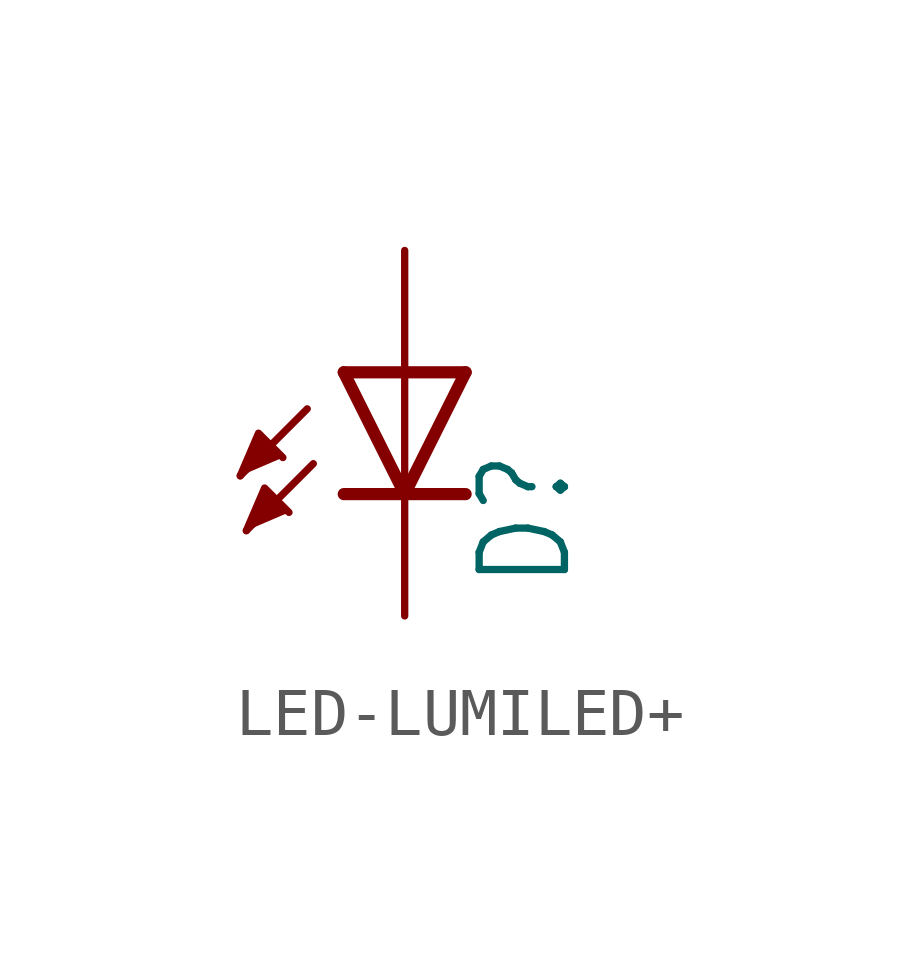
<source format=kicad_sym>
(kicad_symbol_lib
  (version 20220914)
  (generator kicad_symbol_editor)
  (symbol "LED-LUMILED+"
    (property "Reference" "D"
      (at 3.556 -4.572 90)
      (effects (font (size 1.778 1.511)) (justify left bottom)))
    (property "Value" ""
      (at 5.715 -4.572 90)
      (effects (font (size 1.778 1.511)) (justify left bottom)))
    (property "ki_locked" ""
      (at 0 0 0)
      (effects (font (size 1.27 1.27))))
    (symbol "LED-LUMILED+_1_0"
      (polyline (pts (xy -2.032 -0.762) (xy -3.429 -2.159)) (stroke (width 0.152) (type solid)) (fill (type none)))
      (polyline (pts (xy -1.905 -1.905) (xy -3.302 -3.302)) (stroke (width 0.152) (type solid)) (fill (type none)))
      (polyline (pts (xy 0 -2.54) (xy -1.27 -2.54)) (stroke (width 0.254) (type solid)) (fill (type none)))
      (polyline (pts (xy 0 -2.54) (xy -1.27 0)) (stroke (width 0.254) (type solid)) (fill (type none)))
      (polyline (pts (xy 0 0) (xy -1.27 0)) (stroke (width 0.254) (type solid)) (fill (type none)))
      (polyline (pts (xy 0 0) (xy 0 -2.54)) (stroke (width 0.152) (type solid)) (fill (type none)))
      (polyline (pts (xy 1.27 -2.54) (xy 0 -2.54)) (stroke (width 0.254) (type solid)) (fill (type none)))
      (polyline (pts (xy 1.27 0) (xy 0 -2.54)) (stroke (width 0.254) (type solid)) (fill (type none)))
      (polyline (pts (xy 1.27 0) (xy 0 0)) (stroke (width 0.254) (type solid)) (fill (type none)))
      (polyline (pts (xy -3.429 -2.159) (xy -3.048 -1.27) (xy -2.54 -1.778)) (stroke (width 0.152) (type solid)) (fill (type outline)))
      (polyline (pts (xy -3.302 -3.302) (xy -2.921 -2.413) (xy -2.413 -2.921)) (stroke (width 0.152) (type solid)) (fill (type outline)))
      (pin passive line (at 0 2.54 270) (length 2.54) (name "A" (effects (font (size 0 0)))) (number "2+" (effects (font (size 0 0)))))
      (pin passive line (at 0 -5.08 90) (length 2.54) (name "C" (effects (font (size 0 0)))) (number "4-" (effects (font (size 0 0))))))))
</source>
